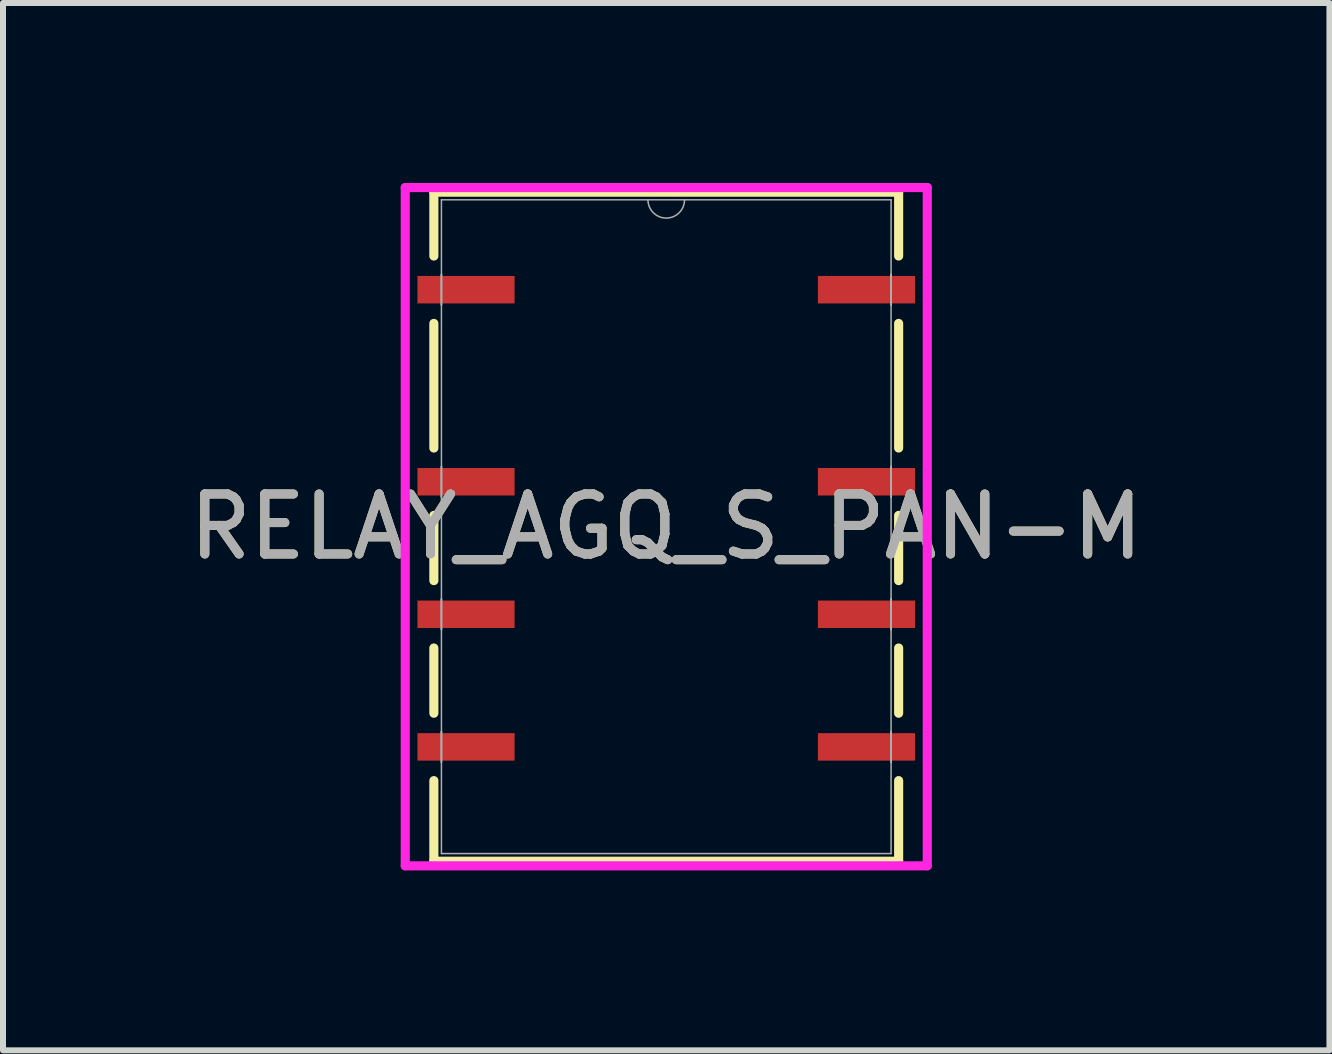
<source format=kicad_pcb>
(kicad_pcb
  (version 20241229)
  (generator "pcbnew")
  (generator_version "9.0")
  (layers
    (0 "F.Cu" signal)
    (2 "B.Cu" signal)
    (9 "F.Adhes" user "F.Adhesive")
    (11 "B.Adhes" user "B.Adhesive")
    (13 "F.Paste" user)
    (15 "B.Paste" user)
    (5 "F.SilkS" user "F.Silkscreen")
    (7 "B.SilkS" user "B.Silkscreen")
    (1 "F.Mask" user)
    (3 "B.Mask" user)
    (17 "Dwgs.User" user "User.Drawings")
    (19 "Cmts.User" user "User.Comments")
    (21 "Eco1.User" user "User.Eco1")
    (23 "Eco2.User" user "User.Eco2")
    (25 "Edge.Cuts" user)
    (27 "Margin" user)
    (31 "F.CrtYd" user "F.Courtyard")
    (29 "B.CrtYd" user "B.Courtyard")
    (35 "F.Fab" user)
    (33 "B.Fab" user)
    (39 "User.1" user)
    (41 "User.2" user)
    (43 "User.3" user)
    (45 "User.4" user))
  (footprint "RELAY_AGQ_S_PAN-M"
    (layer "F.Cu")
    (at 8.054 5.728)
    (property "Reference" "RELAY_AGQ_S_PAN-M" (at 0 0 0) (unlocked yes) (layer "F.SilkS") (effects (font (size 1 1) (thickness 0.15))))
    (attr smd)
    (fp_line (start -3.873 -5.575) (end -3.873 -4.511) (stroke (width 0.152) (type solid)) (layer "F.SilkS"))
    (fp_line (start -3.873 -3.388) (end -3.873 -1.311) (stroke (width 0.152) (type solid)) (layer "F.SilkS"))
    (fp_line (start -3.873 -0.188) (end -3.873 0.899) (stroke (width 0.152) (type solid)) (layer "F.SilkS"))
    (fp_line (start -3.873 2.022) (end -3.873 3.109) (stroke (width 0.152) (type solid)) (layer "F.SilkS"))
    (fp_line (start -3.873 4.232) (end -3.873 5.575) (stroke (width 0.152) (type solid)) (layer "F.SilkS"))
    (fp_line (start -3.873 5.575) (end 3.873 5.575) (stroke (width 0.152) (type solid)) (layer "F.SilkS"))
    (fp_line (start 3.873 -5.575) (end -3.873 -5.575) (stroke (width 0.152) (type solid)) (layer "F.SilkS"))
    (fp_line (start 3.873 -4.511) (end 3.873 -5.575) (stroke (width 0.152) (type solid)) (layer "F.SilkS"))
    (fp_line (start 3.873 -1.311) (end 3.873 -3.388) (stroke (width 0.152) (type solid)) (layer "F.SilkS"))
    (fp_line (start 3.873 0.899) (end 3.873 -0.188) (stroke (width 0.152) (type solid)) (layer "F.SilkS"))
    (fp_line (start 3.873 3.109) (end 3.873 2.022) (stroke (width 0.152) (type solid)) (layer "F.SilkS"))
    (fp_line (start 3.873 5.575) (end 3.873 4.232) (stroke (width 0.152) (type solid)) (layer "F.SilkS"))
    (fp_line (start -4.35 -5.652) (end 4.35 -5.652) (stroke (width 0.152) (type solid)) (layer "F.CrtYd"))
    (fp_line (start -4.35 5.652) (end -4.35 -5.652) (stroke (width 0.152) (type solid)) (layer "F.CrtYd"))
    (fp_line (start 4.35 -5.652) (end 4.35 5.652) (stroke (width 0.152) (type solid)) (layer "F.CrtYd"))
    (fp_line (start 4.35 5.652) (end -4.35 5.652) (stroke (width 0.152) (type solid)) (layer "F.CrtYd"))
    (fp_line (start -3.747 -5.448) (end -3.747 5.448) (stroke (width 0.025) (type solid)) (layer "F.Fab"))
    (fp_line (start -3.747 -4.204) (end -3.747 -4.204) (stroke (width 0.025) (type solid)) (layer "F.Fab"))
    (fp_line (start -3.747 -4.204) (end -3.747 -3.696) (stroke (width 0.025) (type solid)) (layer "F.Fab"))
    (fp_line (start -3.747 -3.696) (end -3.747 -4.204) (stroke (width 0.025) (type solid)) (layer "F.Fab"))
    (fp_line (start -3.747 -3.696) (end -3.747 -3.696) (stroke (width 0.025) (type solid)) (layer "F.Fab"))
    (fp_line (start -3.747 -1.003) (end -3.747 -1.003) (stroke (width 0.025) (type solid)) (layer "F.Fab"))
    (fp_line (start -3.747 -1.003) (end -3.747 -0.495) (stroke (width 0.025) (type solid)) (layer "F.Fab"))
    (fp_line (start -3.747 -0.495) (end -3.747 -1.003) (stroke (width 0.025) (type solid)) (layer "F.Fab"))
    (fp_line (start -3.747 -0.495) (end -3.747 -0.495) (stroke (width 0.025) (type solid)) (layer "F.Fab"))
    (fp_line (start -3.747 1.206) (end -3.747 1.206) (stroke (width 0.025) (type solid)) (layer "F.Fab"))
    (fp_line (start -3.747 1.206) (end -3.747 1.714) (stroke (width 0.025) (type solid)) (layer "F.Fab"))
    (fp_line (start -3.747 1.714) (end -3.747 1.206) (stroke (width 0.025) (type solid)) (layer "F.Fab"))
    (fp_line (start -3.747 1.714) (end -3.747 1.714) (stroke (width 0.025) (type solid)) (layer "F.Fab"))
    (fp_line (start -3.747 3.416) (end -3.747 3.416) (stroke (width 0.025) (type solid)) (layer "F.Fab"))
    (fp_line (start -3.747 3.416) (end -3.747 3.924) (stroke (width 0.025) (type solid)) (layer "F.Fab"))
    (fp_line (start -3.747 3.924) (end -3.747 3.416) (stroke (width 0.025) (type solid)) (layer "F.Fab"))
    (fp_line (start -3.747 3.924) (end -3.747 3.924) (stroke (width 0.025) (type solid)) (layer "F.Fab"))
    (fp_line (start -3.747 5.448) (end 3.747 5.448) (stroke (width 0.025) (type solid)) (layer "F.Fab"))
    (fp_line (start 3.747 -5.448) (end -3.747 -5.448) (stroke (width 0.025) (type solid)) (layer "F.Fab"))
    (fp_line (start 3.747 -4.204) (end 3.747 -4.204) (stroke (width 0.025) (type solid)) (layer "F.Fab"))
    (fp_line (start 3.747 -4.204) (end 3.747 -3.696) (stroke (width 0.025) (type solid)) (layer "F.Fab"))
    (fp_line (start 3.747 -3.696) (end 3.747 -4.204) (stroke (width 0.025) (type solid)) (layer "F.Fab"))
    (fp_line (start 3.747 -3.696) (end 3.747 -3.696) (stroke (width 0.025) (type solid)) (layer "F.Fab"))
    (fp_line (start 3.747 -1.003) (end 3.747 -1.003) (stroke (width 0.025) (type solid)) (layer "F.Fab"))
    (fp_line (start 3.747 -1.003) (end 3.747 -0.495) (stroke (width 0.025) (type solid)) (layer "F.Fab"))
    (fp_line (start 3.747 -0.495) (end 3.747 -1.003) (stroke (width 0.025) (type solid)) (layer "F.Fab"))
    (fp_line (start 3.747 -0.495) (end 3.747 -0.495) (stroke (width 0.025) (type solid)) (layer "F.Fab"))
    (fp_line (start 3.747 1.206) (end 3.747 1.206) (stroke (width 0.025) (type solid)) (layer "F.Fab"))
    (fp_line (start 3.747 1.206) (end 3.747 1.714) (stroke (width 0.025) (type solid)) (layer "F.Fab"))
    (fp_line (start 3.747 1.714) (end 3.747 1.206) (stroke (width 0.025) (type solid)) (layer "F.Fab"))
    (fp_line (start 3.747 1.714) (end 3.747 1.714) (stroke (width 0.025) (type solid)) (layer "F.Fab"))
    (fp_line (start 3.747 3.416) (end 3.747 3.416) (stroke (width 0.025) (type solid)) (layer "F.Fab"))
    (fp_line (start 3.747 3.416) (end 3.747 3.924) (stroke (width 0.025) (type solid)) (layer "F.Fab"))
    (fp_line (start 3.747 3.924) (end 3.747 3.416) (stroke (width 0.025) (type solid)) (layer "F.Fab"))
    (fp_line (start 3.747 3.924) (end 3.747 3.924) (stroke (width 0.025) (type solid)) (layer "F.Fab"))
    (fp_line (start 3.747 5.448) (end 3.747 -5.448) (stroke (width 0.025) (type solid)) (layer "F.Fab"))
    (fp_arc (start 0.3048 -5.4483) (mid 0 -5.1435) (end -0.3048 -5.4483) (stroke (width 0.0254) (type solid)) (layer "F.Fab"))
    (fp_text user "${REFERENCE}" (at 0 0 0) (unlocked yes) (layer "F.Fab") (effects (font (size 1 1) (thickness 0.15))))
    (pad "1" smd rect (at -3.337 -3.95) (size 1.619 0.458) (layers "F.Cu" "F.Mask" "F.Paste"))
    (pad "2" smd rect (at -3.337 -0.749) (size 1.619 0.458) (layers "F.Cu" "F.Mask" "F.Paste"))
    (pad "3" smd rect (at -3.337 1.46) (size 1.619 0.458) (layers "F.Cu" "F.Mask" "F.Paste"))
    (pad "4" smd rect (at -3.337 3.67) (size 1.619 0.458) (layers "F.Cu" "F.Mask" "F.Paste"))
    (pad "5" smd rect (at 3.337 3.67) (size 1.619 0.458) (layers "F.Cu" "F.Mask" "F.Paste"))
    (pad "6" smd rect (at 3.337 1.46) (size 1.619 0.458) (layers "F.Cu" "F.Mask" "F.Paste"))
    (pad "7" smd rect (at 3.337 -0.749) (size 1.619 0.458) (layers "F.Cu" "F.Mask" "F.Paste"))
    (pad "8" smd rect (at 3.337 -3.95) (size 1.619 0.458) (layers "F.Cu" "F.Mask" "F.Paste")))
  (gr_rect
    (start -3 -3)
    (end 19.107 14.455)
    (stroke (width 0.1) (type default))
    (fill no)
    (layer "Edge.Cuts")))
</source>
